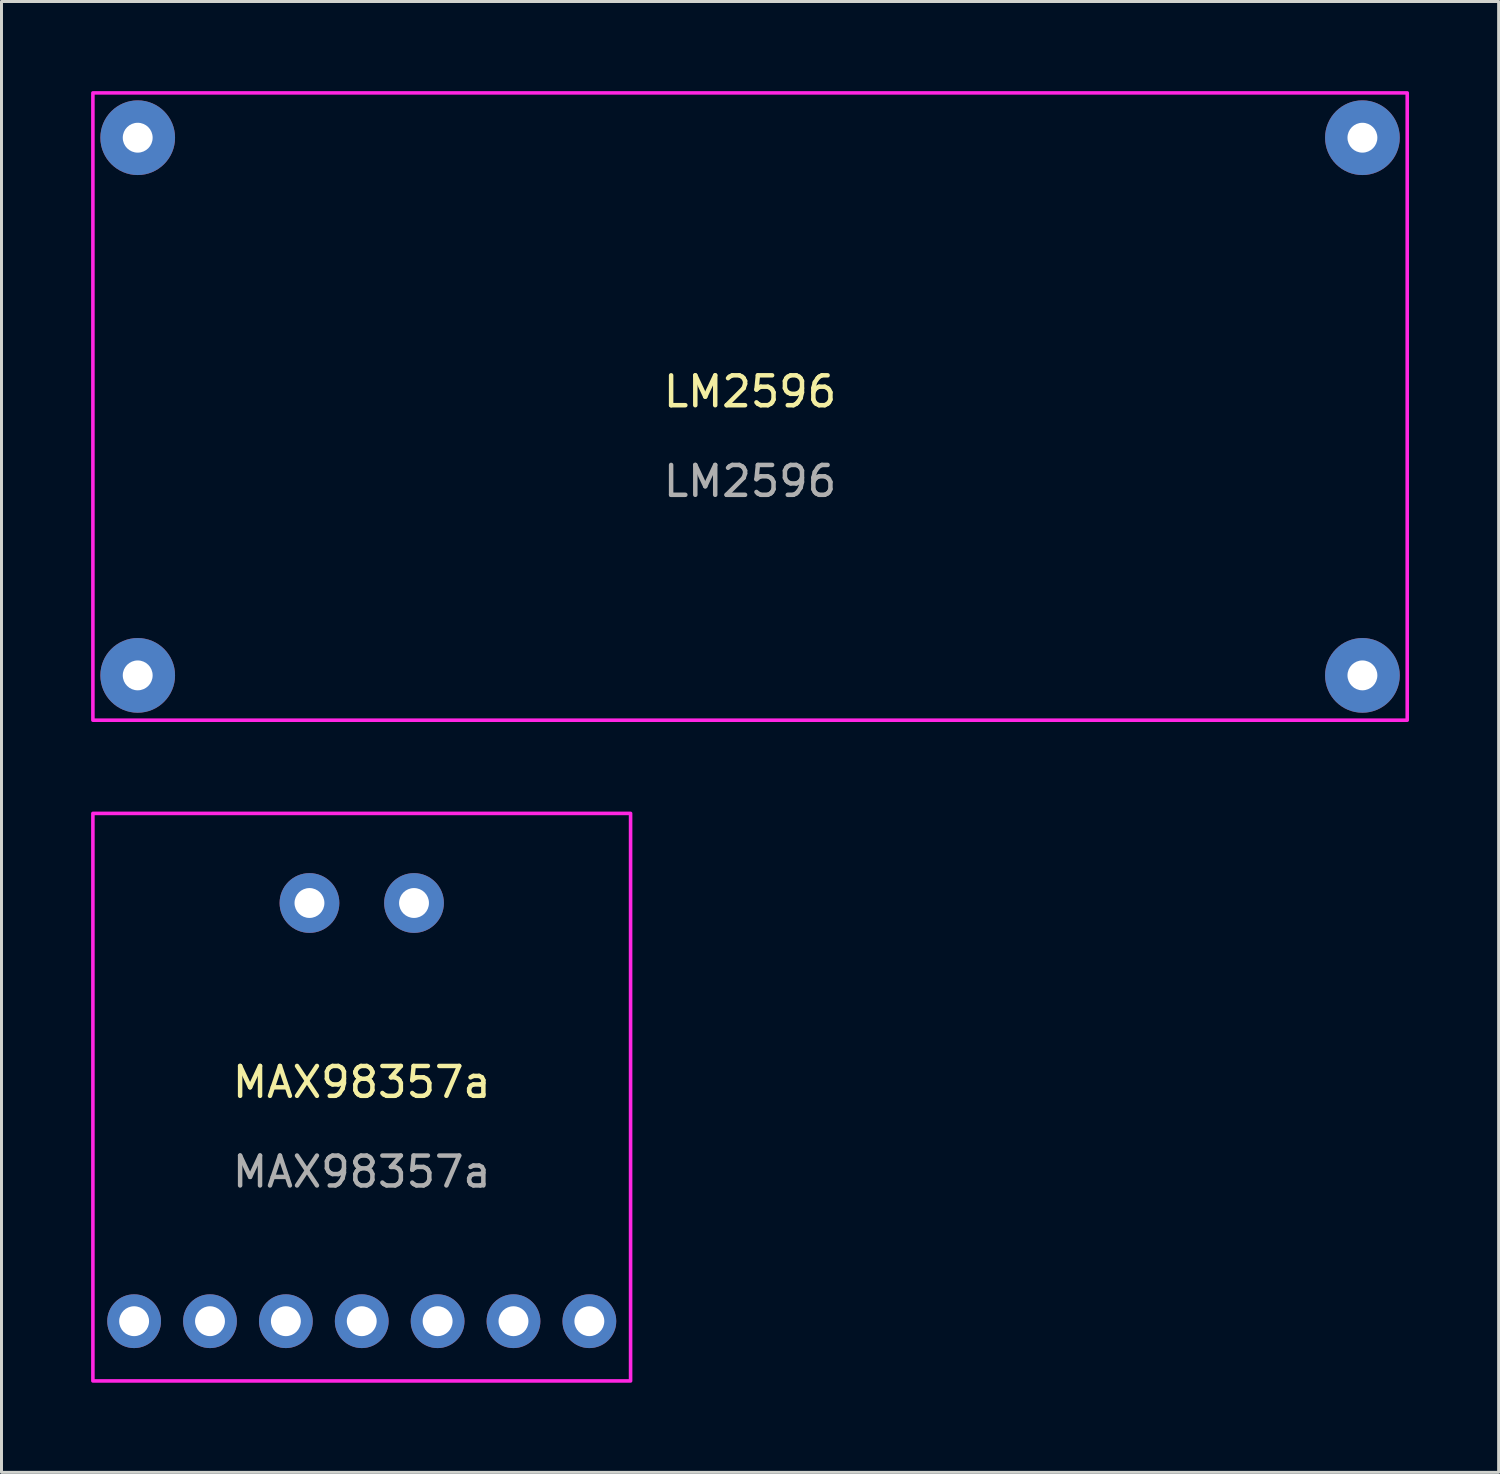
<source format=kicad_pcb>
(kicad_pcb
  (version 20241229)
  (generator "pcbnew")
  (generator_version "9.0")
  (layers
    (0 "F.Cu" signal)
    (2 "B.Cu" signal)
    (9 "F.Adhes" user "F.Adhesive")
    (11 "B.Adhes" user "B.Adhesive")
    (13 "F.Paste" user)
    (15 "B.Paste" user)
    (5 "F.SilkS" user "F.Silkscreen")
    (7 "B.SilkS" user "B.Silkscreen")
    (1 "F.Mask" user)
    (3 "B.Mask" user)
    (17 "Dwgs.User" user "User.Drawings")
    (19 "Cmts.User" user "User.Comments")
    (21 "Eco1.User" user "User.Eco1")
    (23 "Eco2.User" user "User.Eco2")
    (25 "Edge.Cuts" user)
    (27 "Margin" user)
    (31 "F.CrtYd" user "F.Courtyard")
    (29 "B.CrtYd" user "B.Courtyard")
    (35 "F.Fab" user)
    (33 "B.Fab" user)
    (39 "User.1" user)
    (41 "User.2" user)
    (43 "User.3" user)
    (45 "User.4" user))
  (footprint "LM2596"
    (layer "F.Cu")
    (at 22.06 10.56)
    (property "Reference" "LM2596" (at 0 -0.5 0) (unlocked yes) (layer "F.SilkS") (effects (font (size 1 1) (thickness 0.15))))
    (attr smd)
    (fp_rect (start -22 -10.5) (end 22 10.5) (stroke (width 0.12) (type solid)) (fill no) (layer "F.CrtYd"))
    (fp_text user "${REFERENCE}" (at 0 2.5 0) (unlocked yes) (layer "F.Fab") (effects (font (size 1 1) (thickness 0.15))))
    (pad "1" thru_hole circle (at -20.5 -9) (size 2.5 2.5) (drill 1) (layers "*.Cu" "*.Mask"))
    (pad "2" thru_hole circle (at -20.5 9) (size 2.5 2.5) (drill 1) (layers "*.Cu" "*.Mask"))
    (pad "3" thru_hole circle (at 20.5 -9) (size 2.5 2.5) (drill 1) (layers "*.Cu" "*.Mask"))
    (pad "4" thru_hole circle (at 20.5 9) (size 2.5 2.5) (drill 1) (layers "*.Cu" "*.Mask")))
  (footprint "MAX98357a"
    (layer "F.Cu")
    (at 9.06 33.68)
    (property "Reference" "MAX98357a" (at 0 -0.5 0) (unlocked yes) (layer "F.SilkS") (effects (font (size 1 1) (thickness 0.15))))
    (attr smd)
    (fp_rect (start -9 -9.5) (end 9 9.5) (stroke (width 0.12) (type solid)) (fill no) (layer "F.CrtYd"))
    (fp_text user "${REFERENCE}" (at 0 2.5 0) (unlocked yes) (layer "F.Fab") (effects (font (size 1 1) (thickness 0.15))))
    (pad "1" thru_hole circle (at -7.62 7.5) (size 1.8 1.8) (drill 1) (layers "*.Cu" "*.Mask"))
    (pad "2" thru_hole circle (at -5.08 7.5) (size 1.8 1.8) (drill 1) (layers "*.Cu" "*.Mask"))
    (pad "3" thru_hole circle (at -2.54 7.5) (size 1.8 1.8) (drill 1) (layers "*.Cu" "*.Mask"))
    (pad "4" thru_hole circle (at 0 7.5) (size 1.8 1.8) (drill 1) (layers "*.Cu" "*.Mask"))
    (pad "5" thru_hole circle (at 2.54 7.5) (size 1.8 1.8) (drill 1) (layers "*.Cu" "*.Mask"))
    (pad "6" thru_hole circle (at 5.08 7.5) (size 1.8 1.8) (drill 1) (layers "*.Cu" "*.Mask"))
    (pad "7" thru_hole circle (at 7.62 7.5) (size 1.8 1.8) (drill 1) (layers "*.Cu" "*.Mask"))
    (pad "8" thru_hole circle (at -1.75 -6.5) (size 2 2) (drill 1) (layers "*.Cu" "*.Mask"))
    (pad "9" thru_hole circle (at 1.75 -6.5) (size 2 2) (drill 1) (layers "*.Cu" "*.Mask")))
  (gr_rect
    (start -3 -3)
    (end 47.12 46.24)
    (stroke (width 0.1) (type default))
    (fill no)
    (layer "Edge.Cuts")))
</source>
